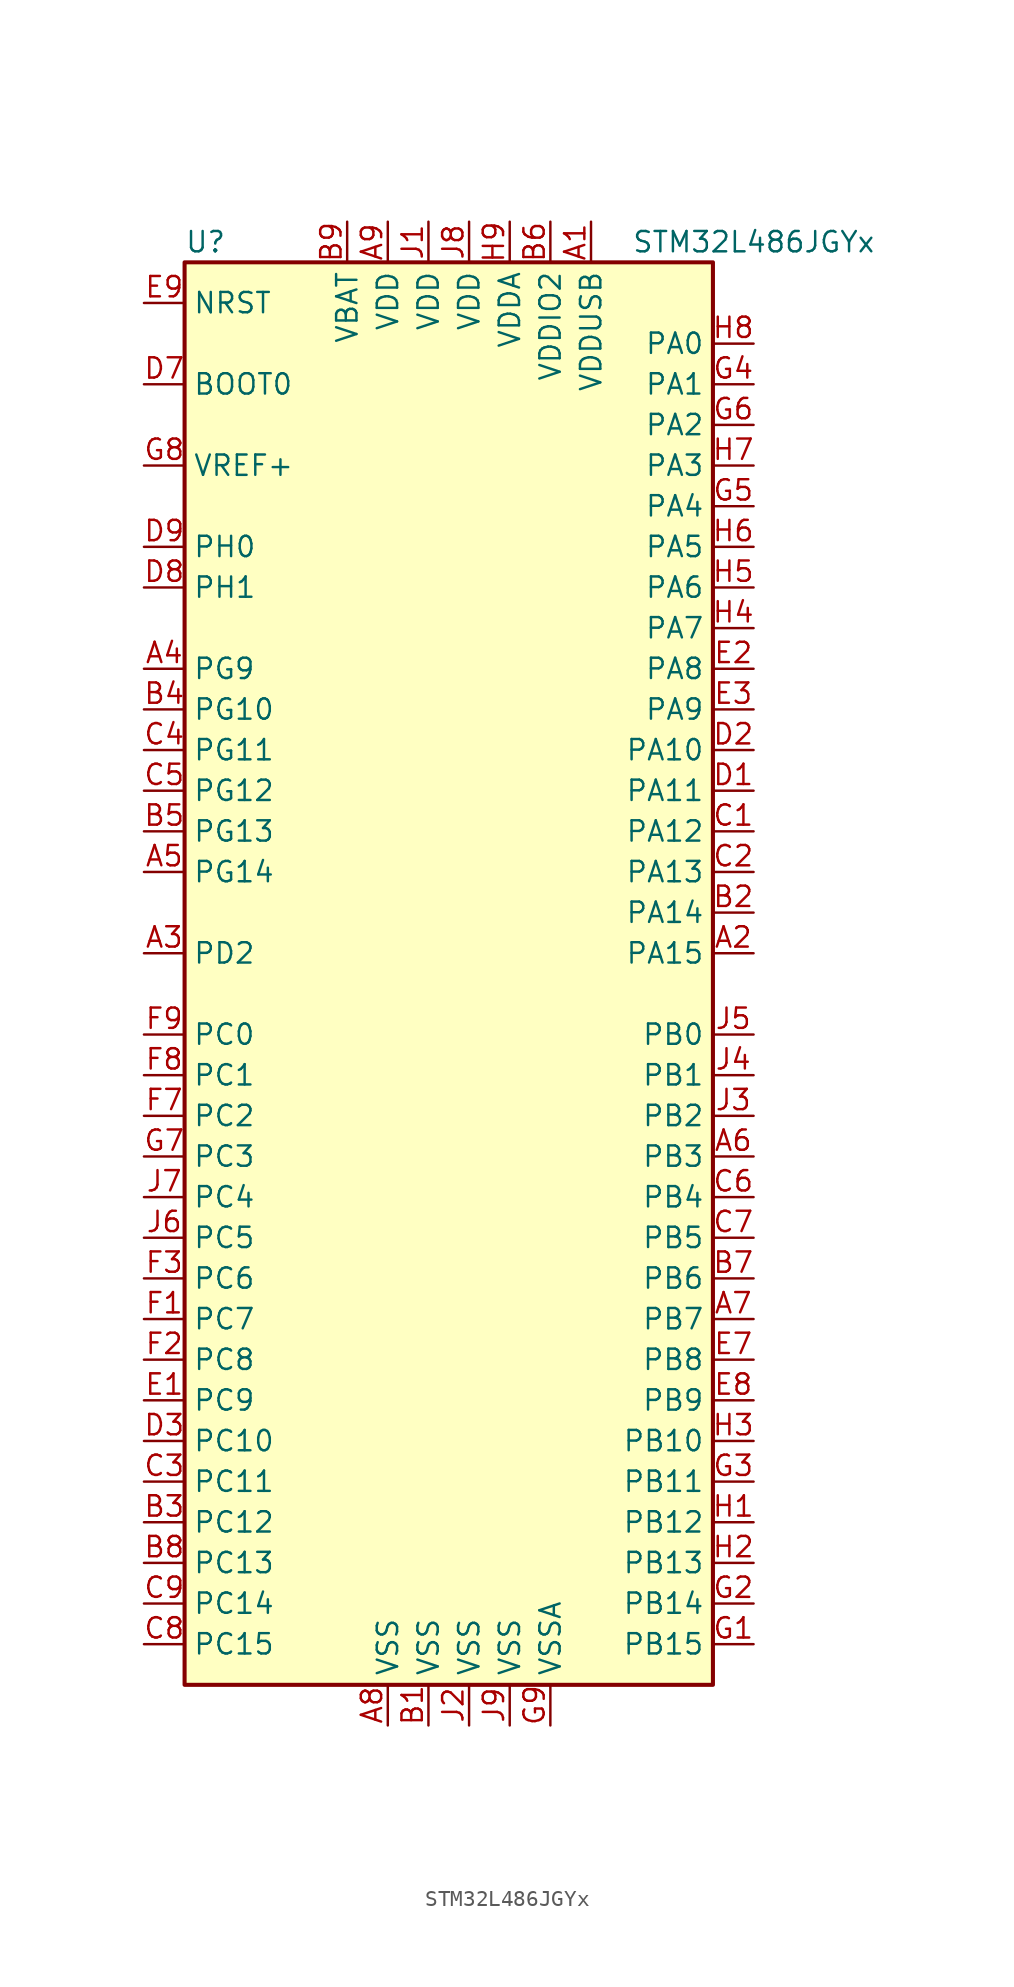
<source format=kicad_sym>
(kicad_symbol_lib
  (version 20201005)
  (generator kicad_symbol_editor)
  (symbol "STM32L486JGYx"
    (property "Reference" "U"
      (at -17.78 44.45 0)
      (effects (font (size 1.27 1.27)) (justify left)))
    (property "Value" "STM32L486JGYx"
      (at 10.16 44.45 0)
      (effects (font (size 1.27 1.27)) (justify left)))
    (symbol "STM32L486JGYx_0_1"
      (rectangle (start -17.78 -45.72) (end 15.24 43.18) (stroke (width 0.254)) (fill (type background))))
    (symbol "STM32L486JGYx_1_1"
      (pin power_in line (at 7.62 45.72 270) (length 2.54) (name "VDDUSB" (effects (font (size 1.27 1.27)))) (number "A1" (effects (font (size 1.27 1.27)))))
      (pin bidirectional line (at 17.78 0 180) (length 2.54) (name "PA15" (effects (font (size 1.27 1.27)))) (number "A2" (effects (font (size 1.27 1.27)))))
      (pin bidirectional line (at -20.32 0 0) (length 2.54) (name "PD2" (effects (font (size 1.27 1.27)))) (number "A3" (effects (font (size 1.27 1.27)))))
      (pin bidirectional line (at -20.32 17.78 0) (length 2.54) (name "PG9" (effects (font (size 1.27 1.27)))) (number "A4" (effects (font (size 1.27 1.27)))))
      (pin bidirectional line (at -20.32 5.08 0) (length 2.54) (name "PG14" (effects (font (size 1.27 1.27)))) (number "A5" (effects (font (size 1.27 1.27)))))
      (pin bidirectional line (at 17.78 -12.7 180) (length 2.54) (name "PB3" (effects (font (size 1.27 1.27)))) (number "A6" (effects (font (size 1.27 1.27)))))
      (pin bidirectional line (at 17.78 -22.86 180) (length 2.54) (name "PB7" (effects (font (size 1.27 1.27)))) (number "A7" (effects (font (size 1.27 1.27)))))
      (pin power_in line (at -5.08 -48.26 90) (length 2.54) (name "VSS" (effects (font (size 1.27 1.27)))) (number "A8" (effects (font (size 1.27 1.27)))))
      (pin power_in line (at -5.08 45.72 270) (length 2.54) (name "VDD" (effects (font (size 1.27 1.27)))) (number "A9" (effects (font (size 1.27 1.27)))))
      (pin power_in line (at -2.54 -48.26 90) (length 2.54) (name "VSS" (effects (font (size 1.27 1.27)))) (number "B1" (effects (font (size 1.27 1.27)))))
      (pin bidirectional line (at 17.78 2.54 180) (length 2.54) (name "PA14" (effects (font (size 1.27 1.27)))) (number "B2" (effects (font (size 1.27 1.27)))))
      (pin bidirectional line (at -20.32 -35.56 0) (length 2.54) (name "PC12" (effects (font (size 1.27 1.27)))) (number "B3" (effects (font (size 1.27 1.27)))))
      (pin bidirectional line (at -20.32 15.24 0) (length 2.54) (name "PG10" (effects (font (size 1.27 1.27)))) (number "B4" (effects (font (size 1.27 1.27)))))
      (pin bidirectional line (at -20.32 7.62 0) (length 2.54) (name "PG13" (effects (font (size 1.27 1.27)))) (number "B5" (effects (font (size 1.27 1.27)))))
      (pin power_in line (at 5.08 45.72 270) (length 2.54) (name "VDDIO2" (effects (font (size 1.27 1.27)))) (number "B6" (effects (font (size 1.27 1.27)))))
      (pin bidirectional line (at 17.78 -20.32 180) (length 2.54) (name "PB6" (effects (font (size 1.27 1.27)))) (number "B7" (effects (font (size 1.27 1.27)))))
      (pin bidirectional line (at -20.32 -38.1 0) (length 2.54) (name "PC13" (effects (font (size 1.27 1.27)))) (number "B8" (effects (font (size 1.27 1.27)))))
      (pin power_in line (at -7.62 45.72 270) (length 2.54) (name "VBAT" (effects (font (size 1.27 1.27)))) (number "B9" (effects (font (size 1.27 1.27)))))
      (pin bidirectional line (at 17.78 7.62 180) (length 2.54) (name "PA12" (effects (font (size 1.27 1.27)))) (number "C1" (effects (font (size 1.27 1.27)))))
      (pin bidirectional line (at 17.78 5.08 180) (length 2.54) (name "PA13" (effects (font (size 1.27 1.27)))) (number "C2" (effects (font (size 1.27 1.27)))))
      (pin bidirectional line (at -20.32 -33.02 0) (length 2.54) (name "PC11" (effects (font (size 1.27 1.27)))) (number "C3" (effects (font (size 1.27 1.27)))))
      (pin bidirectional line (at -20.32 12.7 0) (length 2.54) (name "PG11" (effects (font (size 1.27 1.27)))) (number "C4" (effects (font (size 1.27 1.27)))))
      (pin bidirectional line (at -20.32 10.16 0) (length 2.54) (name "PG12" (effects (font (size 1.27 1.27)))) (number "C5" (effects (font (size 1.27 1.27)))))
      (pin bidirectional line (at 17.78 -15.24 180) (length 2.54) (name "PB4" (effects (font (size 1.27 1.27)))) (number "C6" (effects (font (size 1.27 1.27)))))
      (pin bidirectional line (at 17.78 -17.78 180) (length 2.54) (name "PB5" (effects (font (size 1.27 1.27)))) (number "C7" (effects (font (size 1.27 1.27)))))
      (pin bidirectional line (at -20.32 -43.18 0) (length 2.54) (name "PC15" (effects (font (size 1.27 1.27)))) (number "C8" (effects (font (size 1.27 1.27)))))
      (pin bidirectional line (at -20.32 -40.64 0) (length 2.54) (name "PC14" (effects (font (size 1.27 1.27)))) (number "C9" (effects (font (size 1.27 1.27)))))
      (pin bidirectional line (at 17.78 10.16 180) (length 2.54) (name "PA11" (effects (font (size 1.27 1.27)))) (number "D1" (effects (font (size 1.27 1.27)))))
      (pin bidirectional line (at 17.78 12.7 180) (length 2.54) (name "PA10" (effects (font (size 1.27 1.27)))) (number "D2" (effects (font (size 1.27 1.27)))))
      (pin bidirectional line (at -20.32 -30.48 0) (length 2.54) (name "PC10" (effects (font (size 1.27 1.27)))) (number "D3" (effects (font (size 1.27 1.27)))))
      (pin input line (at -20.32 35.56 0) (length 2.54) (name "BOOT0" (effects (font (size 1.27 1.27)))) (number "D7" (effects (font (size 1.27 1.27)))))
      (pin input line (at -20.32 22.86 0) (length 2.54) (name "PH1" (effects (font (size 1.27 1.27)))) (number "D8" (effects (font (size 1.27 1.27)))))
      (pin input line (at -20.32 25.4 0) (length 2.54) (name "PH0" (effects (font (size 1.27 1.27)))) (number "D9" (effects (font (size 1.27 1.27)))))
      (pin bidirectional line (at -20.32 -27.94 0) (length 2.54) (name "PC9" (effects (font (size 1.27 1.27)))) (number "E1" (effects (font (size 1.27 1.27)))))
      (pin bidirectional line (at 17.78 17.78 180) (length 2.54) (name "PA8" (effects (font (size 1.27 1.27)))) (number "E2" (effects (font (size 1.27 1.27)))))
      (pin bidirectional line (at 17.78 15.24 180) (length 2.54) (name "PA9" (effects (font (size 1.27 1.27)))) (number "E3" (effects (font (size 1.27 1.27)))))
      (pin bidirectional line (at 17.78 -25.4 180) (length 2.54) (name "PB8" (effects (font (size 1.27 1.27)))) (number "E7" (effects (font (size 1.27 1.27)))))
      (pin bidirectional line (at 17.78 -27.94 180) (length 2.54) (name "PB9" (effects (font (size 1.27 1.27)))) (number "E8" (effects (font (size 1.27 1.27)))))
      (pin input line (at -20.32 40.64 0) (length 2.54) (name "NRST" (effects (font (size 1.27 1.27)))) (number "E9" (effects (font (size 1.27 1.27)))))
      (pin bidirectional line (at -20.32 -22.86 0) (length 2.54) (name "PC7" (effects (font (size 1.27 1.27)))) (number "F1" (effects (font (size 1.27 1.27)))))
      (pin bidirectional line (at -20.32 -25.4 0) (length 2.54) (name "PC8" (effects (font (size 1.27 1.27)))) (number "F2" (effects (font (size 1.27 1.27)))))
      (pin bidirectional line (at -20.32 -20.32 0) (length 2.54) (name "PC6" (effects (font (size 1.27 1.27)))) (number "F3" (effects (font (size 1.27 1.27)))))
      (pin bidirectional line (at -20.32 -10.16 0) (length 2.54) (name "PC2" (effects (font (size 1.27 1.27)))) (number "F7" (effects (font (size 1.27 1.27)))))
      (pin bidirectional line (at -20.32 -7.62 0) (length 2.54) (name "PC1" (effects (font (size 1.27 1.27)))) (number "F8" (effects (font (size 1.27 1.27)))))
      (pin bidirectional line (at -20.32 -5.08 0) (length 2.54) (name "PC0" (effects (font (size 1.27 1.27)))) (number "F9" (effects (font (size 1.27 1.27)))))
      (pin bidirectional line (at 17.78 -43.18 180) (length 2.54) (name "PB15" (effects (font (size 1.27 1.27)))) (number "G1" (effects (font (size 1.27 1.27)))))
      (pin bidirectional line (at 17.78 -40.64 180) (length 2.54) (name "PB14" (effects (font (size 1.27 1.27)))) (number "G2" (effects (font (size 1.27 1.27)))))
      (pin bidirectional line (at 17.78 -33.02 180) (length 2.54) (name "PB11" (effects (font (size 1.27 1.27)))) (number "G3" (effects (font (size 1.27 1.27)))))
      (pin bidirectional line (at 17.78 35.56 180) (length 2.54) (name "PA1" (effects (font (size 1.27 1.27)))) (number "G4" (effects (font (size 1.27 1.27)))))
      (pin bidirectional line (at 17.78 27.94 180) (length 2.54) (name "PA4" (effects (font (size 1.27 1.27)))) (number "G5" (effects (font (size 1.27 1.27)))))
      (pin bidirectional line (at 17.78 33.02 180) (length 2.54) (name "PA2" (effects (font (size 1.27 1.27)))) (number "G6" (effects (font (size 1.27 1.27)))))
      (pin bidirectional line (at -20.32 -12.7 0) (length 2.54) (name "PC3" (effects (font (size 1.27 1.27)))) (number "G7" (effects (font (size 1.27 1.27)))))
      (pin bidirectional line (at -20.32 30.48 0) (length 2.54) (name "VREF+" (effects (font (size 1.27 1.27)))) (number "G8" (effects (font (size 1.27 1.27)))))
      (pin power_in line (at 5.08 -48.26 90) (length 2.54) (name "VSSA" (effects (font (size 1.27 1.27)))) (number "G9" (effects (font (size 1.27 1.27)))))
      (pin bidirectional line (at 17.78 -35.56 180) (length 2.54) (name "PB12" (effects (font (size 1.27 1.27)))) (number "H1" (effects (font (size 1.27 1.27)))))
      (pin bidirectional line (at 17.78 -38.1 180) (length 2.54) (name "PB13" (effects (font (size 1.27 1.27)))) (number "H2" (effects (font (size 1.27 1.27)))))
      (pin bidirectional line (at 17.78 -30.48 180) (length 2.54) (name "PB10" (effects (font (size 1.27 1.27)))) (number "H3" (effects (font (size 1.27 1.27)))))
      (pin bidirectional line (at 17.78 20.32 180) (length 2.54) (name "PA7" (effects (font (size 1.27 1.27)))) (number "H4" (effects (font (size 1.27 1.27)))))
      (pin bidirectional line (at 17.78 22.86 180) (length 2.54) (name "PA6" (effects (font (size 1.27 1.27)))) (number "H5" (effects (font (size 1.27 1.27)))))
      (pin bidirectional line (at 17.78 25.4 180) (length 2.54) (name "PA5" (effects (font (size 1.27 1.27)))) (number "H6" (effects (font (size 1.27 1.27)))))
      (pin bidirectional line (at 17.78 30.48 180) (length 2.54) (name "PA3" (effects (font (size 1.27 1.27)))) (number "H7" (effects (font (size 1.27 1.27)))))
      (pin bidirectional line (at 17.78 38.1 180) (length 2.54) (name "PA0" (effects (font (size 1.27 1.27)))) (number "H8" (effects (font (size 1.27 1.27)))))
      (pin power_in line (at 2.54 45.72 270) (length 2.54) (name "VDDA" (effects (font (size 1.27 1.27)))) (number "H9" (effects (font (size 1.27 1.27)))))
      (pin power_in line (at -2.54 45.72 270) (length 2.54) (name "VDD" (effects (font (size 1.27 1.27)))) (number "J1" (effects (font (size 1.27 1.27)))))
      (pin power_in line (at 0 -48.26 90) (length 2.54) (name "VSS" (effects (font (size 1.27 1.27)))) (number "J2" (effects (font (size 1.27 1.27)))))
      (pin bidirectional line (at 17.78 -10.16 180) (length 2.54) (name "PB2" (effects (font (size 1.27 1.27)))) (number "J3" (effects (font (size 1.27 1.27)))))
      (pin bidirectional line (at 17.78 -7.62 180) (length 2.54) (name "PB1" (effects (font (size 1.27 1.27)))) (number "J4" (effects (font (size 1.27 1.27)))))
      (pin bidirectional line (at 17.78 -5.08 180) (length 2.54) (name "PB0" (effects (font (size 1.27 1.27)))) (number "J5" (effects (font (size 1.27 1.27)))))
      (pin bidirectional line (at -20.32 -17.78 0) (length 2.54) (name "PC5" (effects (font (size 1.27 1.27)))) (number "J6" (effects (font (size 1.27 1.27)))))
      (pin bidirectional line (at -20.32 -15.24 0) (length 2.54) (name "PC4" (effects (font (size 1.27 1.27)))) (number "J7" (effects (font (size 1.27 1.27)))))
      (pin power_in line (at 0 45.72 270) (length 2.54) (name "VDD" (effects (font (size 1.27 1.27)))) (number "J8" (effects (font (size 1.27 1.27)))))
      (pin power_in line (at 2.54 -48.26 90) (length 2.54) (name "VSS" (effects (font (size 1.27 1.27)))) (number "J9" (effects (font (size 1.27 1.27))))))))
</source>
